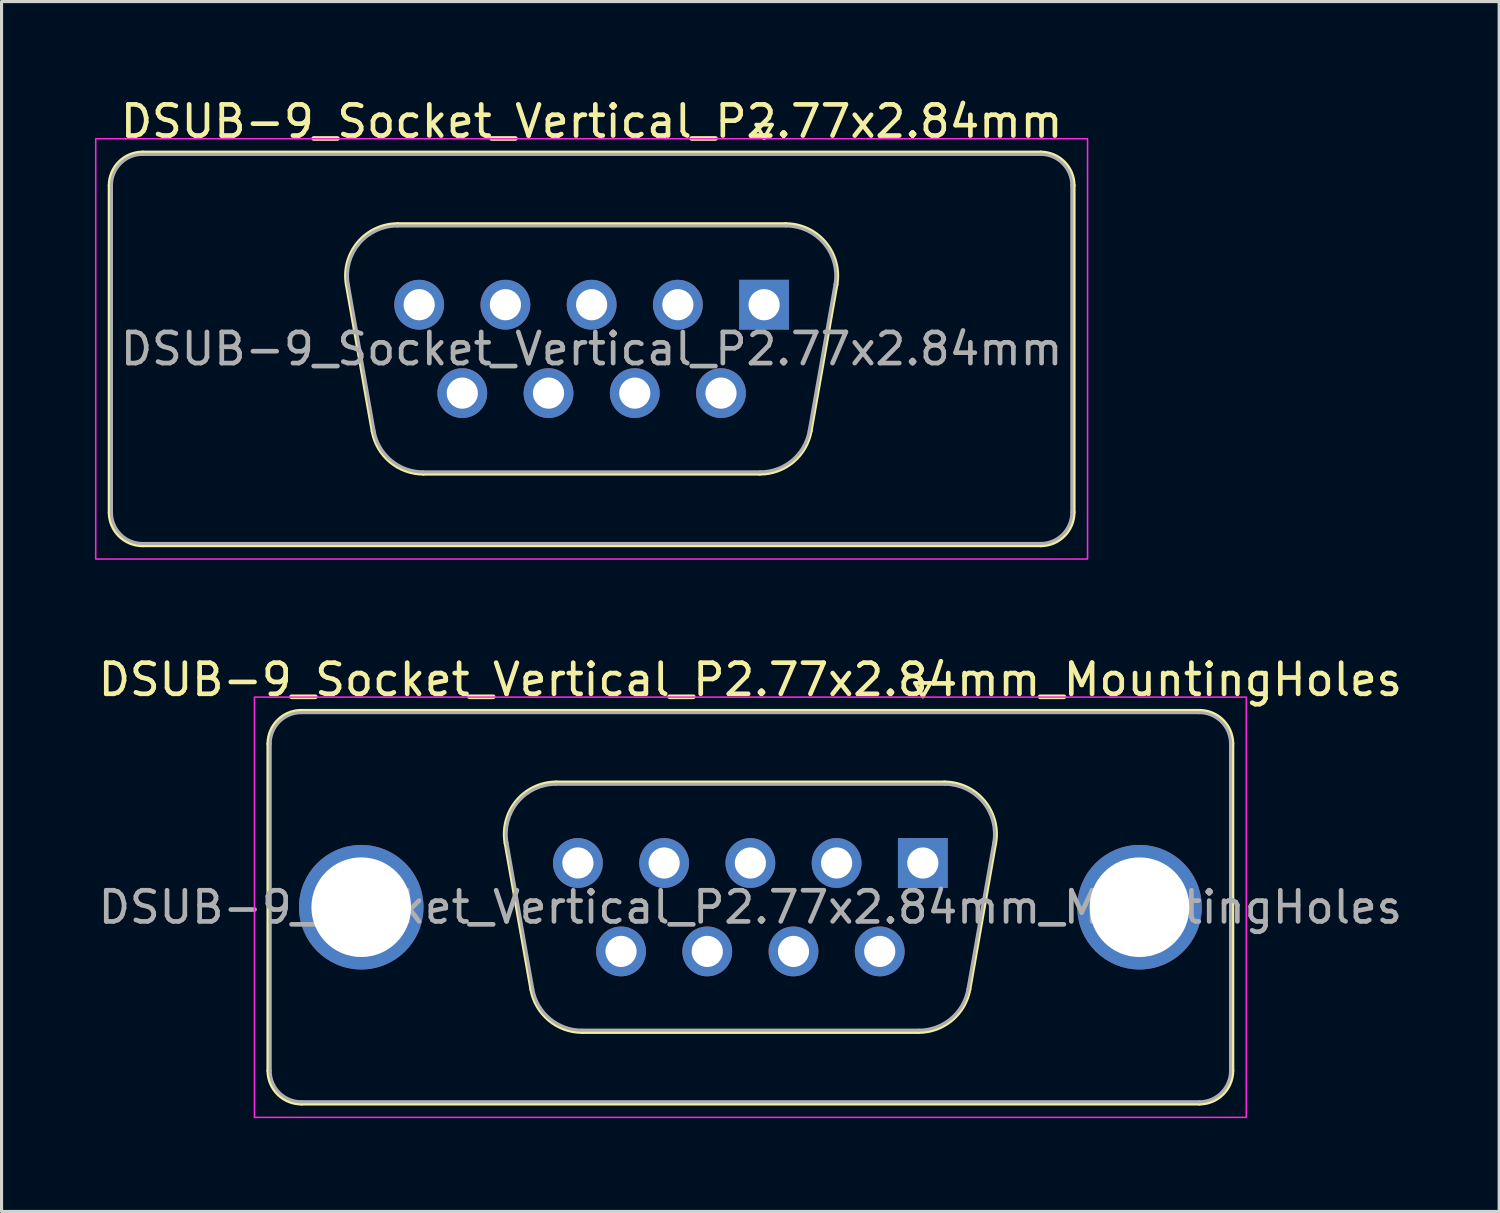
<source format=kicad_pcb>
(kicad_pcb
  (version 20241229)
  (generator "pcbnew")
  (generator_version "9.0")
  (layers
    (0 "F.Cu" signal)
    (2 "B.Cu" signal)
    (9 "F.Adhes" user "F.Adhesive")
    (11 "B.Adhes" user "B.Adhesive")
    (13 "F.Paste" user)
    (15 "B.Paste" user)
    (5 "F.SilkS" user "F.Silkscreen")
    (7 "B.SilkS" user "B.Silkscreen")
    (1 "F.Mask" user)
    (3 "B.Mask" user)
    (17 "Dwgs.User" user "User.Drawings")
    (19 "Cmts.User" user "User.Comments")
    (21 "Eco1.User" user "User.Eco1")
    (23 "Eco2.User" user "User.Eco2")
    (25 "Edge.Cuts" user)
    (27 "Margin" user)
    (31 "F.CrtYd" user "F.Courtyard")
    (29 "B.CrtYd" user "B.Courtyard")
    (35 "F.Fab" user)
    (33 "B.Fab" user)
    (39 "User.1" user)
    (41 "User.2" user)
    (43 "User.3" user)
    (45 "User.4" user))
  (footprint "DSUB-9_Socket_Vertical_P2.77x2.84mm"
    (layer "F.Cu")
    (at 21.495 6.738)
    (property "Reference" "DSUB-9_Socket_Vertical_P2.77x2.84mm" (at -5.54 -5.89 0) (layer "F.SilkS") (effects (font (size 1 1) (thickness 0.15))))
    (attr through_hole)
    (fp_line (start -21.025 6.67) (end -21.025 -3.83) (stroke (width 0.12) (type solid)) (layer "F.SilkS"))
    (fp_line (start -19.965 -4.89) (end 8.885 -4.89) (stroke (width 0.12) (type solid)) (layer "F.SilkS"))
    (fp_line (start -12.578 4.058) (end -13.406 -0.642) (stroke (width 0.12) (type solid)) (layer "F.SilkS"))
    (fp_line (start -11.772 -2.59) (end 0.692 -2.59) (stroke (width 0.12) (type solid)) (layer "F.SilkS"))
    (fp_line (start -0.25 -5.784) (end 0.25 -5.784) (stroke (width 0.12) (type solid)) (layer "F.SilkS"))
    (fp_line (start -0.137 5.43) (end -10.943 5.43) (stroke (width 0.12) (type solid)) (layer "F.SilkS"))
    (fp_line (start 0 -5.351) (end -0.25 -5.784) (stroke (width 0.12) (type solid)) (layer "F.SilkS"))
    (fp_line (start 0.25 -5.784) (end 0 -5.351) (stroke (width 0.12) (type solid)) (layer "F.SilkS"))
    (fp_line (start 2.326 -0.642) (end 1.498 4.058) (stroke (width 0.12) (type solid)) (layer "F.SilkS"))
    (fp_line (start 8.885 7.73) (end -19.965 7.73) (stroke (width 0.12) (type solid)) (layer "F.SilkS"))
    (fp_line (start 9.945 -3.83) (end 9.945 6.67) (stroke (width 0.12) (type solid)) (layer "F.SilkS"))
    (fp_arc (start -21.025 -3.83) (mid -20.714533 -4.579533) (end -19.965 -4.89) (stroke (width 0.12) (type solid)) (layer "F.SilkS"))
    (fp_arc (start -19.965 7.73) (mid -20.714533 7.419533) (end -21.025 6.67) (stroke (width 0.12) (type solid)) (layer "F.SilkS"))
    (fp_arc (start -13.40647 -0.641744) (mid -13.043323 -1.997027) (end -11.771689 -2.59) (stroke (width 0.12) (type solid)) (layer "F.SilkS"))
    (fp_arc (start -10.942952 5.43) (mid -12.00998 5.041634) (end -12.577733 4.058256) (stroke (width 0.12) (type solid)) (layer "F.SilkS"))
    (fp_arc (start 0.691689 -2.59) (mid 1.963323 -1.997027) (end 2.32647 -0.641744) (stroke (width 0.12) (type solid)) (layer "F.SilkS"))
    (fp_arc (start 1.497733 4.058256) (mid 0.92998 5.041634) (end -0.137048 5.43) (stroke (width 0.12) (type solid)) (layer "F.SilkS"))
    (fp_arc (start 8.885 -4.89) (mid 9.634533 -4.579533) (end 9.945 -3.83) (stroke (width 0.12) (type solid)) (layer "F.SilkS"))
    (fp_arc (start 9.945 6.67) (mid 9.634533 7.419533) (end 8.885 7.73) (stroke (width 0.12) (type solid)) (layer "F.SilkS"))
    (fp_rect (start -21.47 -5.33) (end 10.39 8.17) (stroke (width 0.05) (type solid)) (fill no) (layer "F.CrtYd"))
    (fp_line (start -20.965 6.67) (end -20.965 -3.83) (stroke (width 0.1) (type solid)) (layer "F.Fab"))
    (fp_line (start -19.965 -4.83) (end 8.885 -4.83) (stroke (width 0.1) (type solid)) (layer "F.Fab"))
    (fp_line (start -12.53 4.048) (end -13.359 -0.652) (stroke (width 0.1) (type solid)) (layer "F.Fab"))
    (fp_line (start -11.783 -2.53) (end 0.703 -2.53) (stroke (width 0.1) (type solid)) (layer "F.Fab"))
    (fp_line (start -0.126 5.37) (end -10.954 5.37) (stroke (width 0.1) (type solid)) (layer "F.Fab"))
    (fp_line (start 2.279 -0.652) (end 1.45 4.048) (stroke (width 0.1) (type solid)) (layer "F.Fab"))
    (fp_line (start 8.885 7.67) (end -19.965 7.67) (stroke (width 0.1) (type solid)) (layer "F.Fab"))
    (fp_line (start 9.885 -3.83) (end 9.885 6.67) (stroke (width 0.1) (type solid)) (layer "F.Fab"))
    (fp_arc (start -20.965 -3.83) (mid -20.672107 -4.537107) (end -19.965 -4.83) (stroke (width 0.1) (type solid)) (layer "F.Fab"))
    (fp_arc (start -19.965 7.67) (mid -20.672107 7.377107) (end -20.965 6.67) (stroke (width 0.1) (type solid)) (layer "F.Fab"))
    (fp_arc (start -13.358887 -0.652163) (mid -13.008865 -1.95846) (end -11.783194 -2.53) (stroke (width 0.1) (type solid)) (layer "F.Fab"))
    (fp_arc (start -10.954457 5.37) (mid -11.982918 4.995671) (end -12.53015 4.047837) (stroke (width 0.1) (type solid)) (layer "F.Fab"))
    (fp_arc (start 0.703194 -2.53) (mid 1.928865 -1.95846) (end 2.278887 -0.652163) (stroke (width 0.1) (type solid)) (layer "F.Fab"))
    (fp_arc (start 1.45015 4.047837) (mid 0.902918 4.995671) (end -0.125543 5.37) (stroke (width 0.1) (type solid)) (layer "F.Fab"))
    (fp_arc (start 8.885 -4.83) (mid 9.592107 -4.537107) (end 9.885 -3.83) (stroke (width 0.1) (type solid)) (layer "F.Fab"))
    (fp_arc (start 9.885 6.67) (mid 9.592107 7.377107) (end 8.885 7.67) (stroke (width 0.1) (type solid)) (layer "F.Fab"))
    (fp_text user "${REFERENCE}" (at -5.54 1.42 0) (layer "F.Fab") (effects (font (size 1 1) (thickness 0.15))))
    (pad "1" thru_hole rect (at 0 0) (size 1.6 1.6) (drill 1) (layers "*.Cu" "*.Mask"))
    (pad "2" thru_hole circle (at -2.77 0) (size 1.6 1.6) (drill 1) (layers "*.Cu" "*.Mask"))
    (pad "3" thru_hole circle (at -5.54 0) (size 1.6 1.6) (drill 1) (layers "*.Cu" "*.Mask"))
    (pad "4" thru_hole circle (at -8.31 0) (size 1.6 1.6) (drill 1) (layers "*.Cu" "*.Mask"))
    (pad "5" thru_hole circle (at -11.08 0) (size 1.6 1.6) (drill 1) (layers "*.Cu" "*.Mask"))
    (pad "6" thru_hole circle (at -1.385 2.84) (size 1.6 1.6) (drill 1) (layers "*.Cu" "*.Mask"))
    (pad "7" thru_hole circle (at -4.155 2.84) (size 1.6 1.6) (drill 1) (layers "*.Cu" "*.Mask"))
    (pad "8" thru_hole circle (at -6.925 2.84) (size 1.6 1.6) (drill 1) (layers "*.Cu" "*.Mask"))
    (pad "9" thru_hole circle (at -9.695 2.84) (size 1.6 1.6) (drill 1) (layers "*.Cu" "*.Mask")))
  (footprint "DSUB-9_Socket_Vertical_P2.77x2.84mm_MountingHoles"
    (layer "F.Cu")
    (at 26.594 24.672)
    (property "Reference" "DSUB-9_Socket_Vertical_P2.77x2.84mm_MountingHoles" (at -5.54 -5.89 0) (layer "F.SilkS") (effects (font (size 1 1) (thickness 0.15))))
    (attr through_hole)
    (fp_line (start -21.025 6.67) (end -21.025 -3.83) (stroke (width 0.12) (type solid)) (layer "F.SilkS"))
    (fp_line (start -19.965 -4.89) (end 8.885 -4.89) (stroke (width 0.12) (type solid)) (layer "F.SilkS"))
    (fp_line (start -12.578 4.058) (end -13.406 -0.642) (stroke (width 0.12) (type solid)) (layer "F.SilkS"))
    (fp_line (start -11.772 -2.59) (end 0.692 -2.59) (stroke (width 0.12) (type solid)) (layer "F.SilkS"))
    (fp_line (start -0.25 -5.784) (end 0.25 -5.784) (stroke (width 0.12) (type solid)) (layer "F.SilkS"))
    (fp_line (start -0.137 5.43) (end -10.943 5.43) (stroke (width 0.12) (type solid)) (layer "F.SilkS"))
    (fp_line (start 0 -5.351) (end -0.25 -5.784) (stroke (width 0.12) (type solid)) (layer "F.SilkS"))
    (fp_line (start 0.25 -5.784) (end 0 -5.351) (stroke (width 0.12) (type solid)) (layer "F.SilkS"))
    (fp_line (start 2.326 -0.642) (end 1.498 4.058) (stroke (width 0.12) (type solid)) (layer "F.SilkS"))
    (fp_line (start 8.885 7.73) (end -19.965 7.73) (stroke (width 0.12) (type solid)) (layer "F.SilkS"))
    (fp_line (start 9.945 -3.83) (end 9.945 6.67) (stroke (width 0.12) (type solid)) (layer "F.SilkS"))
    (fp_arc (start -21.025 -3.83) (mid -20.714533 -4.579533) (end -19.965 -4.89) (stroke (width 0.12) (type solid)) (layer "F.SilkS"))
    (fp_arc (start -19.965 7.73) (mid -20.714533 7.419533) (end -21.025 6.67) (stroke (width 0.12) (type solid)) (layer "F.SilkS"))
    (fp_arc (start -13.40647 -0.641744) (mid -13.043323 -1.997027) (end -11.771689 -2.59) (stroke (width 0.12) (type solid)) (layer "F.SilkS"))
    (fp_arc (start -10.942952 5.43) (mid -12.00998 5.041634) (end -12.577733 4.058256) (stroke (width 0.12) (type solid)) (layer "F.SilkS"))
    (fp_arc (start 0.691689 -2.59) (mid 1.963323 -1.997027) (end 2.32647 -0.641744) (stroke (width 0.12) (type solid)) (layer "F.SilkS"))
    (fp_arc (start 1.497733 4.058256) (mid 0.92998 5.041634) (end -0.137048 5.43) (stroke (width 0.12) (type solid)) (layer "F.SilkS"))
    (fp_arc (start 8.885 -4.89) (mid 9.634533 -4.579533) (end 9.945 -3.83) (stroke (width 0.12) (type solid)) (layer "F.SilkS"))
    (fp_arc (start 9.945 6.67) (mid 9.634533 7.419533) (end 8.885 7.73) (stroke (width 0.12) (type solid)) (layer "F.SilkS"))
    (fp_rect (start -21.47 -5.33) (end 10.39 8.17) (stroke (width 0.05) (type solid)) (fill no) (layer "F.CrtYd"))
    (fp_line (start -20.965 6.67) (end -20.965 -3.83) (stroke (width 0.1) (type solid)) (layer "F.Fab"))
    (fp_line (start -19.965 -4.83) (end 8.885 -4.83) (stroke (width 0.1) (type solid)) (layer "F.Fab"))
    (fp_line (start -12.53 4.048) (end -13.359 -0.652) (stroke (width 0.1) (type solid)) (layer "F.Fab"))
    (fp_line (start -11.783 -2.53) (end 0.703 -2.53) (stroke (width 0.1) (type solid)) (layer "F.Fab"))
    (fp_line (start -0.126 5.37) (end -10.954 5.37) (stroke (width 0.1) (type solid)) (layer "F.Fab"))
    (fp_line (start 2.279 -0.652) (end 1.45 4.048) (stroke (width 0.1) (type solid)) (layer "F.Fab"))
    (fp_line (start 8.885 7.67) (end -19.965 7.67) (stroke (width 0.1) (type solid)) (layer "F.Fab"))
    (fp_line (start 9.885 -3.83) (end 9.885 6.67) (stroke (width 0.1) (type solid)) (layer "F.Fab"))
    (fp_arc (start -20.965 -3.83) (mid -20.672107 -4.537107) (end -19.965 -4.83) (stroke (width 0.1) (type solid)) (layer "F.Fab"))
    (fp_arc (start -19.965 7.67) (mid -20.672107 7.377107) (end -20.965 6.67) (stroke (width 0.1) (type solid)) (layer "F.Fab"))
    (fp_arc (start -13.358887 -0.652163) (mid -13.008865 -1.95846) (end -11.783194 -2.53) (stroke (width 0.1) (type solid)) (layer "F.Fab"))
    (fp_arc (start -10.954457 5.37) (mid -11.982918 4.995671) (end -12.53015 4.047837) (stroke (width 0.1) (type solid)) (layer "F.Fab"))
    (fp_arc (start 0.703194 -2.53) (mid 1.928865 -1.95846) (end 2.278887 -0.652163) (stroke (width 0.1) (type solid)) (layer "F.Fab"))
    (fp_arc (start 1.45015 4.047837) (mid 0.902918 4.995671) (end -0.125543 5.37) (stroke (width 0.1) (type solid)) (layer "F.Fab"))
    (fp_arc (start 8.885 -4.83) (mid 9.592107 -4.537107) (end 9.885 -3.83) (stroke (width 0.1) (type solid)) (layer "F.Fab"))
    (fp_arc (start 9.885 6.67) (mid 9.592107 7.377107) (end 8.885 7.67) (stroke (width 0.1) (type solid)) (layer "F.Fab"))
    (fp_text user "${REFERENCE}" (at -5.54 1.42 0) (layer "F.Fab") (effects (font (size 1 1) (thickness 0.15))))
    (pad "1" thru_hole rect (at 0 0) (size 1.6 1.6) (drill 1) (layers "*.Cu" "*.Mask"))
    (pad "2" thru_hole circle (at -2.77 0) (size 1.6 1.6) (drill 1) (layers "*.Cu" "*.Mask"))
    (pad "3" thru_hole circle (at -5.54 0) (size 1.6 1.6) (drill 1) (layers "*.Cu" "*.Mask"))
    (pad "4" thru_hole circle (at -8.31 0) (size 1.6 1.6) (drill 1) (layers "*.Cu" "*.Mask"))
    (pad "5" thru_hole circle (at -11.08 0) (size 1.6 1.6) (drill 1) (layers "*.Cu" "*.Mask"))
    (pad "6" thru_hole circle (at -1.385 2.84) (size 1.6 1.6) (drill 1) (layers "*.Cu" "*.Mask"))
    (pad "7" thru_hole circle (at -4.155 2.84) (size 1.6 1.6) (drill 1) (layers "*.Cu" "*.Mask"))
    (pad "8" thru_hole circle (at -6.925 2.84) (size 1.6 1.6) (drill 1) (layers "*.Cu" "*.Mask"))
    (pad "9" thru_hole circle (at -9.695 2.84) (size 1.6 1.6) (drill 1) (layers "*.Cu" "*.Mask"))
    (pad "SH" thru_hole circle (at -18.04 1.42) (size 4 4) (drill 3.2) (layers "*.Cu" "*.Mask"))
    (pad "SH" thru_hole circle (at 6.96 1.42) (size 4 4) (drill 3.2) (layers "*.Cu" "*.Mask")))
  (gr_rect
    (start -3 -3)
    (end 45.107 35.867)
    (stroke (width 0.1) (type default))
    (fill no)
    (layer "Edge.Cuts")))
</source>
